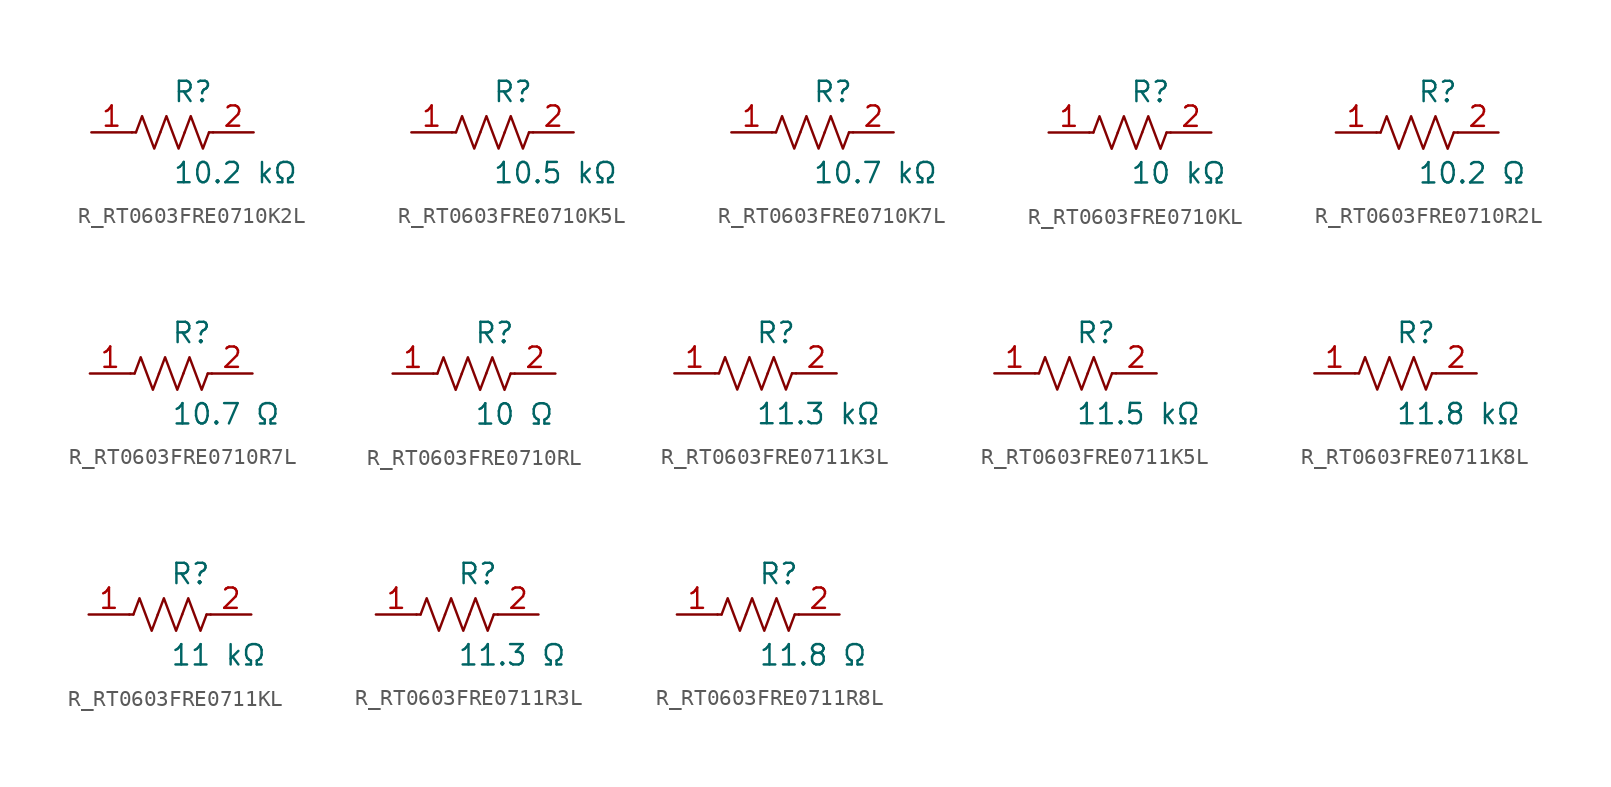
<source format=kicad_sym>
(kicad_symbol_lib
  (version 20231120)
  (generator kicad_symbol_editor)
  (generator_version 8.0)
  (symbol "R_RT0603FRE0710K2L"
    (pin_names
      (offset 0.254))
    (property "Reference" "R"
      (at 0.0 2.54 0)
      (effects (font (size 1.27 1.27)) (justify left)))
    (property "Value" "10.2 kΩ"
      (at 0.0 -2.54 0)
      (effects (font (size 1.27 1.27)) (justify left)))
    (symbol "R_RT0603FRE0710K2L_0_1"
      (polyline (pts (xy 2.286 0) (xy 2.54 0)) (stroke (width 0) (type default)) (fill (type none)))
      (polyline (pts (xy -2.286 0) (xy -2.54 0)) (stroke (width 0) (type default)) (fill (type none)))
      (polyline (pts (xy 0.762 0) (xy 1.143 1.016) (xy 1.524 0) (xy 1.905 -1.016) (xy 2.286 0)) (stroke (width 0) (type default)) (fill (type none)))
      (polyline (pts (xy -0.762 0) (xy -0.381 1.016) (xy 0 0) (xy 0.381 -1.016) (xy 0.762 0)) (stroke (width 0) (type default)) (fill (type none)))
      (polyline (pts (xy -2.286 0) (xy -1.905 1.016) (xy -1.524 0) (xy -1.143 -1.016) (xy -0.762 0)) (stroke (width 0) (type default)) (fill (type none))))
    (pin unspecified line
      (at -5.08 0 0)
      (length 2.54)
      (name "" (effects (font (size 1.27 1.27))))
      (number "1" (effects (font (size 1.27 1.27)))))
    (pin unspecified line
      (at 5.08 0 180)
      (length 2.54)
      (name "" (effects (font (size 1.27 1.27))))
      (number "2" (effects (font (size 1.27 1.27))))))
  (symbol "R_RT0603FRE0710K5L"
    (pin_names
      (offset 0.254))
    (property "Reference" "R"
      (at 0.0 2.54 0)
      (effects (font (size 1.27 1.27)) (justify left)))
    (property "Value" "10.5 kΩ"
      (at 0.0 -2.54 0)
      (effects (font (size 1.27 1.27)) (justify left)))
    (symbol "R_RT0603FRE0710K5L_0_1"
      (polyline (pts (xy 2.286 0) (xy 2.54 0)) (stroke (width 0) (type default)) (fill (type none)))
      (polyline (pts (xy -2.286 0) (xy -2.54 0)) (stroke (width 0) (type default)) (fill (type none)))
      (polyline (pts (xy 0.762 0) (xy 1.143 1.016) (xy 1.524 0) (xy 1.905 -1.016) (xy 2.286 0)) (stroke (width 0) (type default)) (fill (type none)))
      (polyline (pts (xy -0.762 0) (xy -0.381 1.016) (xy 0 0) (xy 0.381 -1.016) (xy 0.762 0)) (stroke (width 0) (type default)) (fill (type none)))
      (polyline (pts (xy -2.286 0) (xy -1.905 1.016) (xy -1.524 0) (xy -1.143 -1.016) (xy -0.762 0)) (stroke (width 0) (type default)) (fill (type none))))
    (pin unspecified line
      (at -5.08 0 0)
      (length 2.54)
      (name "" (effects (font (size 1.27 1.27))))
      (number "1" (effects (font (size 1.27 1.27)))))
    (pin unspecified line
      (at 5.08 0 180)
      (length 2.54)
      (name "" (effects (font (size 1.27 1.27))))
      (number "2" (effects (font (size 1.27 1.27))))))
  (symbol "R_RT0603FRE0710K7L"
    (pin_names
      (offset 0.254))
    (property "Reference" "R"
      (at 0.0 2.54 0)
      (effects (font (size 1.27 1.27)) (justify left)))
    (property "Value" "10.7 kΩ"
      (at 0.0 -2.54 0)
      (effects (font (size 1.27 1.27)) (justify left)))
    (symbol "R_RT0603FRE0710K7L_0_1"
      (polyline (pts (xy 2.286 0) (xy 2.54 0)) (stroke (width 0) (type default)) (fill (type none)))
      (polyline (pts (xy -2.286 0) (xy -2.54 0)) (stroke (width 0) (type default)) (fill (type none)))
      (polyline (pts (xy 0.762 0) (xy 1.143 1.016) (xy 1.524 0) (xy 1.905 -1.016) (xy 2.286 0)) (stroke (width 0) (type default)) (fill (type none)))
      (polyline (pts (xy -0.762 0) (xy -0.381 1.016) (xy 0 0) (xy 0.381 -1.016) (xy 0.762 0)) (stroke (width 0) (type default)) (fill (type none)))
      (polyline (pts (xy -2.286 0) (xy -1.905 1.016) (xy -1.524 0) (xy -1.143 -1.016) (xy -0.762 0)) (stroke (width 0) (type default)) (fill (type none))))
    (pin unspecified line
      (at -5.08 0 0)
      (length 2.54)
      (name "" (effects (font (size 1.27 1.27))))
      (number "1" (effects (font (size 1.27 1.27)))))
    (pin unspecified line
      (at 5.08 0 180)
      (length 2.54)
      (name "" (effects (font (size 1.27 1.27))))
      (number "2" (effects (font (size 1.27 1.27))))))
  (symbol "R_RT0603FRE0710KL"
    (pin_names
      (offset 0.254))
    (property "Reference" "R"
      (at 0.0 2.54 0)
      (effects (font (size 1.27 1.27)) (justify left)))
    (property "Value" "10 kΩ"
      (at 0.0 -2.54 0)
      (effects (font (size 1.27 1.27)) (justify left)))
    (symbol "R_RT0603FRE0710KL_0_1"
      (polyline (pts (xy 2.286 0) (xy 2.54 0)) (stroke (width 0) (type default)) (fill (type none)))
      (polyline (pts (xy -2.286 0) (xy -2.54 0)) (stroke (width 0) (type default)) (fill (type none)))
      (polyline (pts (xy 0.762 0) (xy 1.143 1.016) (xy 1.524 0) (xy 1.905 -1.016) (xy 2.286 0)) (stroke (width 0) (type default)) (fill (type none)))
      (polyline (pts (xy -0.762 0) (xy -0.381 1.016) (xy 0 0) (xy 0.381 -1.016) (xy 0.762 0)) (stroke (width 0) (type default)) (fill (type none)))
      (polyline (pts (xy -2.286 0) (xy -1.905 1.016) (xy -1.524 0) (xy -1.143 -1.016) (xy -0.762 0)) (stroke (width 0) (type default)) (fill (type none))))
    (pin unspecified line
      (at -5.08 0 0)
      (length 2.54)
      (name "" (effects (font (size 1.27 1.27))))
      (number "1" (effects (font (size 1.27 1.27)))))
    (pin unspecified line
      (at 5.08 0 180)
      (length 2.54)
      (name "" (effects (font (size 1.27 1.27))))
      (number "2" (effects (font (size 1.27 1.27))))))
  (symbol "R_RT0603FRE0710R2L"
    (pin_names
      (offset 0.254))
    (property "Reference" "R"
      (at 0.0 2.54 0)
      (effects (font (size 1.27 1.27)) (justify left)))
    (property "Value" "10.2 Ω"
      (at 0.0 -2.54 0)
      (effects (font (size 1.27 1.27)) (justify left)))
    (symbol "R_RT0603FRE0710R2L_0_1"
      (polyline (pts (xy 2.286 0) (xy 2.54 0)) (stroke (width 0) (type default)) (fill (type none)))
      (polyline (pts (xy -2.286 0) (xy -2.54 0)) (stroke (width 0) (type default)) (fill (type none)))
      (polyline (pts (xy 0.762 0) (xy 1.143 1.016) (xy 1.524 0) (xy 1.905 -1.016) (xy 2.286 0)) (stroke (width 0) (type default)) (fill (type none)))
      (polyline (pts (xy -0.762 0) (xy -0.381 1.016) (xy 0 0) (xy 0.381 -1.016) (xy 0.762 0)) (stroke (width 0) (type default)) (fill (type none)))
      (polyline (pts (xy -2.286 0) (xy -1.905 1.016) (xy -1.524 0) (xy -1.143 -1.016) (xy -0.762 0)) (stroke (width 0) (type default)) (fill (type none))))
    (pin unspecified line
      (at -5.08 0 0)
      (length 2.54)
      (name "" (effects (font (size 1.27 1.27))))
      (number "1" (effects (font (size 1.27 1.27)))))
    (pin unspecified line
      (at 5.08 0 180)
      (length 2.54)
      (name "" (effects (font (size 1.27 1.27))))
      (number "2" (effects (font (size 1.27 1.27))))))
  (symbol "R_RT0603FRE0710R7L"
    (pin_names
      (offset 0.254))
    (property "Reference" "R"
      (at 0.0 2.54 0)
      (effects (font (size 1.27 1.27)) (justify left)))
    (property "Value" "10.7 Ω"
      (at 0.0 -2.54 0)
      (effects (font (size 1.27 1.27)) (justify left)))
    (symbol "R_RT0603FRE0710R7L_0_1"
      (polyline (pts (xy 2.286 0) (xy 2.54 0)) (stroke (width 0) (type default)) (fill (type none)))
      (polyline (pts (xy -2.286 0) (xy -2.54 0)) (stroke (width 0) (type default)) (fill (type none)))
      (polyline (pts (xy 0.762 0) (xy 1.143 1.016) (xy 1.524 0) (xy 1.905 -1.016) (xy 2.286 0)) (stroke (width 0) (type default)) (fill (type none)))
      (polyline (pts (xy -0.762 0) (xy -0.381 1.016) (xy 0 0) (xy 0.381 -1.016) (xy 0.762 0)) (stroke (width 0) (type default)) (fill (type none)))
      (polyline (pts (xy -2.286 0) (xy -1.905 1.016) (xy -1.524 0) (xy -1.143 -1.016) (xy -0.762 0)) (stroke (width 0) (type default)) (fill (type none))))
    (pin unspecified line
      (at -5.08 0 0)
      (length 2.54)
      (name "" (effects (font (size 1.27 1.27))))
      (number "1" (effects (font (size 1.27 1.27)))))
    (pin unspecified line
      (at 5.08 0 180)
      (length 2.54)
      (name "" (effects (font (size 1.27 1.27))))
      (number "2" (effects (font (size 1.27 1.27))))))
  (symbol "R_RT0603FRE0710RL"
    (pin_names
      (offset 0.254))
    (property "Reference" "R"
      (at 0.0 2.54 0)
      (effects (font (size 1.27 1.27)) (justify left)))
    (property "Value" "10 Ω"
      (at 0.0 -2.54 0)
      (effects (font (size 1.27 1.27)) (justify left)))
    (symbol "R_RT0603FRE0710RL_0_1"
      (polyline (pts (xy 2.286 0) (xy 2.54 0)) (stroke (width 0) (type default)) (fill (type none)))
      (polyline (pts (xy -2.286 0) (xy -2.54 0)) (stroke (width 0) (type default)) (fill (type none)))
      (polyline (pts (xy 0.762 0) (xy 1.143 1.016) (xy 1.524 0) (xy 1.905 -1.016) (xy 2.286 0)) (stroke (width 0) (type default)) (fill (type none)))
      (polyline (pts (xy -0.762 0) (xy -0.381 1.016) (xy 0 0) (xy 0.381 -1.016) (xy 0.762 0)) (stroke (width 0) (type default)) (fill (type none)))
      (polyline (pts (xy -2.286 0) (xy -1.905 1.016) (xy -1.524 0) (xy -1.143 -1.016) (xy -0.762 0)) (stroke (width 0) (type default)) (fill (type none))))
    (pin unspecified line
      (at -5.08 0 0)
      (length 2.54)
      (name "" (effects (font (size 1.27 1.27))))
      (number "1" (effects (font (size 1.27 1.27)))))
    (pin unspecified line
      (at 5.08 0 180)
      (length 2.54)
      (name "" (effects (font (size 1.27 1.27))))
      (number "2" (effects (font (size 1.27 1.27))))))
  (symbol "R_RT0603FRE0711K3L"
    (pin_names
      (offset 0.254))
    (property "Reference" "R"
      (at 0.0 2.54 0)
      (effects (font (size 1.27 1.27)) (justify left)))
    (property "Value" "11.3 kΩ"
      (at 0.0 -2.54 0)
      (effects (font (size 1.27 1.27)) (justify left)))
    (symbol "R_RT0603FRE0711K3L_0_1"
      (polyline (pts (xy 2.286 0) (xy 2.54 0)) (stroke (width 0) (type default)) (fill (type none)))
      (polyline (pts (xy -2.286 0) (xy -2.54 0)) (stroke (width 0) (type default)) (fill (type none)))
      (polyline (pts (xy 0.762 0) (xy 1.143 1.016) (xy 1.524 0) (xy 1.905 -1.016) (xy 2.286 0)) (stroke (width 0) (type default)) (fill (type none)))
      (polyline (pts (xy -0.762 0) (xy -0.381 1.016) (xy 0 0) (xy 0.381 -1.016) (xy 0.762 0)) (stroke (width 0) (type default)) (fill (type none)))
      (polyline (pts (xy -2.286 0) (xy -1.905 1.016) (xy -1.524 0) (xy -1.143 -1.016) (xy -0.762 0)) (stroke (width 0) (type default)) (fill (type none))))
    (pin unspecified line
      (at -5.08 0 0)
      (length 2.54)
      (name "" (effects (font (size 1.27 1.27))))
      (number "1" (effects (font (size 1.27 1.27)))))
    (pin unspecified line
      (at 5.08 0 180)
      (length 2.54)
      (name "" (effects (font (size 1.27 1.27))))
      (number "2" (effects (font (size 1.27 1.27))))))
  (symbol "R_RT0603FRE0711K5L"
    (pin_names
      (offset 0.254))
    (property "Reference" "R"
      (at 0.0 2.54 0)
      (effects (font (size 1.27 1.27)) (justify left)))
    (property "Value" "11.5 kΩ"
      (at 0.0 -2.54 0)
      (effects (font (size 1.27 1.27)) (justify left)))
    (symbol "R_RT0603FRE0711K5L_0_1"
      (polyline (pts (xy 2.286 0) (xy 2.54 0)) (stroke (width 0) (type default)) (fill (type none)))
      (polyline (pts (xy -2.286 0) (xy -2.54 0)) (stroke (width 0) (type default)) (fill (type none)))
      (polyline (pts (xy 0.762 0) (xy 1.143 1.016) (xy 1.524 0) (xy 1.905 -1.016) (xy 2.286 0)) (stroke (width 0) (type default)) (fill (type none)))
      (polyline (pts (xy -0.762 0) (xy -0.381 1.016) (xy 0 0) (xy 0.381 -1.016) (xy 0.762 0)) (stroke (width 0) (type default)) (fill (type none)))
      (polyline (pts (xy -2.286 0) (xy -1.905 1.016) (xy -1.524 0) (xy -1.143 -1.016) (xy -0.762 0)) (stroke (width 0) (type default)) (fill (type none))))
    (pin unspecified line
      (at -5.08 0 0)
      (length 2.54)
      (name "" (effects (font (size 1.27 1.27))))
      (number "1" (effects (font (size 1.27 1.27)))))
    (pin unspecified line
      (at 5.08 0 180)
      (length 2.54)
      (name "" (effects (font (size 1.27 1.27))))
      (number "2" (effects (font (size 1.27 1.27))))))
  (symbol "R_RT0603FRE0711K8L"
    (pin_names
      (offset 0.254))
    (property "Reference" "R"
      (at 0.0 2.54 0)
      (effects (font (size 1.27 1.27)) (justify left)))
    (property "Value" "11.8 kΩ"
      (at 0.0 -2.54 0)
      (effects (font (size 1.27 1.27)) (justify left)))
    (symbol "R_RT0603FRE0711K8L_0_1"
      (polyline (pts (xy 2.286 0) (xy 2.54 0)) (stroke (width 0) (type default)) (fill (type none)))
      (polyline (pts (xy -2.286 0) (xy -2.54 0)) (stroke (width 0) (type default)) (fill (type none)))
      (polyline (pts (xy 0.762 0) (xy 1.143 1.016) (xy 1.524 0) (xy 1.905 -1.016) (xy 2.286 0)) (stroke (width 0) (type default)) (fill (type none)))
      (polyline (pts (xy -0.762 0) (xy -0.381 1.016) (xy 0 0) (xy 0.381 -1.016) (xy 0.762 0)) (stroke (width 0) (type default)) (fill (type none)))
      (polyline (pts (xy -2.286 0) (xy -1.905 1.016) (xy -1.524 0) (xy -1.143 -1.016) (xy -0.762 0)) (stroke (width 0) (type default)) (fill (type none))))
    (pin unspecified line
      (at -5.08 0 0)
      (length 2.54)
      (name "" (effects (font (size 1.27 1.27))))
      (number "1" (effects (font (size 1.27 1.27)))))
    (pin unspecified line
      (at 5.08 0 180)
      (length 2.54)
      (name "" (effects (font (size 1.27 1.27))))
      (number "2" (effects (font (size 1.27 1.27))))))
  (symbol "R_RT0603FRE0711KL"
    (pin_names
      (offset 0.254))
    (property "Reference" "R"
      (at 0.0 2.54 0)
      (effects (font (size 1.27 1.27)) (justify left)))
    (property "Value" "11 kΩ"
      (at 0.0 -2.54 0)
      (effects (font (size 1.27 1.27)) (justify left)))
    (symbol "R_RT0603FRE0711KL_0_1"
      (polyline (pts (xy 2.286 0) (xy 2.54 0)) (stroke (width 0) (type default)) (fill (type none)))
      (polyline (pts (xy -2.286 0) (xy -2.54 0)) (stroke (width 0) (type default)) (fill (type none)))
      (polyline (pts (xy 0.762 0) (xy 1.143 1.016) (xy 1.524 0) (xy 1.905 -1.016) (xy 2.286 0)) (stroke (width 0) (type default)) (fill (type none)))
      (polyline (pts (xy -0.762 0) (xy -0.381 1.016) (xy 0 0) (xy 0.381 -1.016) (xy 0.762 0)) (stroke (width 0) (type default)) (fill (type none)))
      (polyline (pts (xy -2.286 0) (xy -1.905 1.016) (xy -1.524 0) (xy -1.143 -1.016) (xy -0.762 0)) (stroke (width 0) (type default)) (fill (type none))))
    (pin unspecified line
      (at -5.08 0 0)
      (length 2.54)
      (name "" (effects (font (size 1.27 1.27))))
      (number "1" (effects (font (size 1.27 1.27)))))
    (pin unspecified line
      (at 5.08 0 180)
      (length 2.54)
      (name "" (effects (font (size 1.27 1.27))))
      (number "2" (effects (font (size 1.27 1.27))))))
  (symbol "R_RT0603FRE0711R3L"
    (pin_names
      (offset 0.254))
    (property "Reference" "R"
      (at 0.0 2.54 0)
      (effects (font (size 1.27 1.27)) (justify left)))
    (property "Value" "11.3 Ω"
      (at 0.0 -2.54 0)
      (effects (font (size 1.27 1.27)) (justify left)))
    (symbol "R_RT0603FRE0711R3L_0_1"
      (polyline (pts (xy 2.286 0) (xy 2.54 0)) (stroke (width 0) (type default)) (fill (type none)))
      (polyline (pts (xy -2.286 0) (xy -2.54 0)) (stroke (width 0) (type default)) (fill (type none)))
      (polyline (pts (xy 0.762 0) (xy 1.143 1.016) (xy 1.524 0) (xy 1.905 -1.016) (xy 2.286 0)) (stroke (width 0) (type default)) (fill (type none)))
      (polyline (pts (xy -0.762 0) (xy -0.381 1.016) (xy 0 0) (xy 0.381 -1.016) (xy 0.762 0)) (stroke (width 0) (type default)) (fill (type none)))
      (polyline (pts (xy -2.286 0) (xy -1.905 1.016) (xy -1.524 0) (xy -1.143 -1.016) (xy -0.762 0)) (stroke (width 0) (type default)) (fill (type none))))
    (pin unspecified line
      (at -5.08 0 0)
      (length 2.54)
      (name "" (effects (font (size 1.27 1.27))))
      (number "1" (effects (font (size 1.27 1.27)))))
    (pin unspecified line
      (at 5.08 0 180)
      (length 2.54)
      (name "" (effects (font (size 1.27 1.27))))
      (number "2" (effects (font (size 1.27 1.27))))))
  (symbol "R_RT0603FRE0711R8L"
    (pin_names
      (offset 0.254))
    (property "Reference" "R"
      (at 0.0 2.54 0)
      (effects (font (size 1.27 1.27)) (justify left)))
    (property "Value" "11.8 Ω"
      (at 0.0 -2.54 0)
      (effects (font (size 1.27 1.27)) (justify left)))
    (symbol "R_RT0603FRE0711R8L_0_1"
      (polyline (pts (xy 2.286 0) (xy 2.54 0)) (stroke (width 0) (type default)) (fill (type none)))
      (polyline (pts (xy -2.286 0) (xy -2.54 0)) (stroke (width 0) (type default)) (fill (type none)))
      (polyline (pts (xy 0.762 0) (xy 1.143 1.016) (xy 1.524 0) (xy 1.905 -1.016) (xy 2.286 0)) (stroke (width 0) (type default)) (fill (type none)))
      (polyline (pts (xy -0.762 0) (xy -0.381 1.016) (xy 0 0) (xy 0.381 -1.016) (xy 0.762 0)) (stroke (width 0) (type default)) (fill (type none)))
      (polyline (pts (xy -2.286 0) (xy -1.905 1.016) (xy -1.524 0) (xy -1.143 -1.016) (xy -0.762 0)) (stroke (width 0) (type default)) (fill (type none))))
    (pin unspecified line
      (at -5.08 0 0)
      (length 2.54)
      (name "" (effects (font (size 1.27 1.27))))
      (number "1" (effects (font (size 1.27 1.27)))))
    (pin unspecified line
      (at 5.08 0 180)
      (length 2.54)
      (name "" (effects (font (size 1.27 1.27))))
      (number "2" (effects (font (size 1.27 1.27)))))))
</source>
